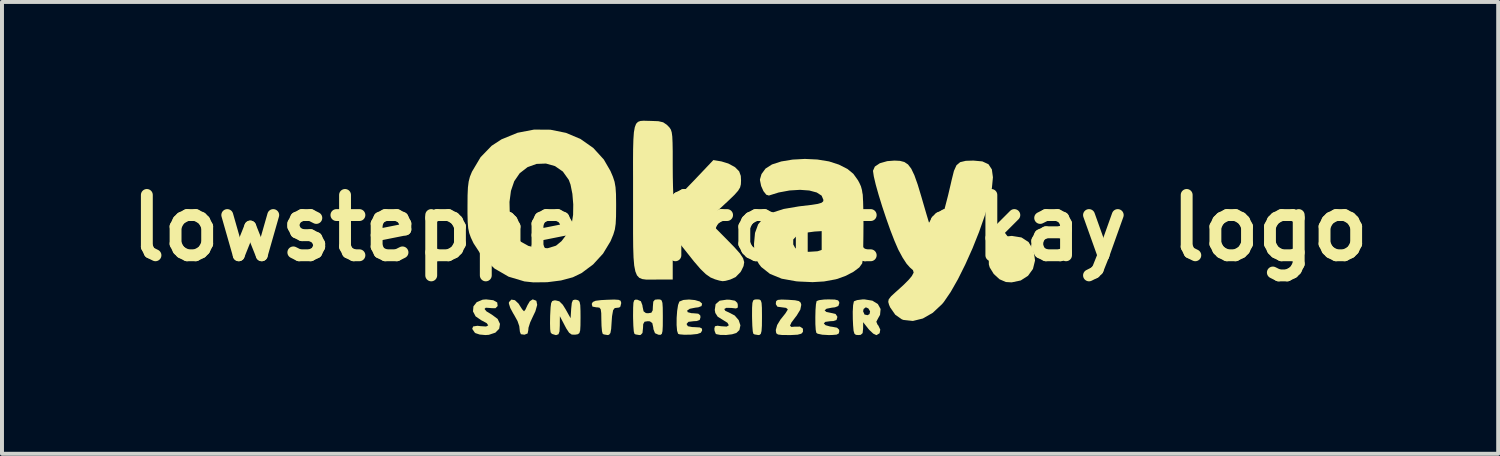
<source format=kicad_pcb>
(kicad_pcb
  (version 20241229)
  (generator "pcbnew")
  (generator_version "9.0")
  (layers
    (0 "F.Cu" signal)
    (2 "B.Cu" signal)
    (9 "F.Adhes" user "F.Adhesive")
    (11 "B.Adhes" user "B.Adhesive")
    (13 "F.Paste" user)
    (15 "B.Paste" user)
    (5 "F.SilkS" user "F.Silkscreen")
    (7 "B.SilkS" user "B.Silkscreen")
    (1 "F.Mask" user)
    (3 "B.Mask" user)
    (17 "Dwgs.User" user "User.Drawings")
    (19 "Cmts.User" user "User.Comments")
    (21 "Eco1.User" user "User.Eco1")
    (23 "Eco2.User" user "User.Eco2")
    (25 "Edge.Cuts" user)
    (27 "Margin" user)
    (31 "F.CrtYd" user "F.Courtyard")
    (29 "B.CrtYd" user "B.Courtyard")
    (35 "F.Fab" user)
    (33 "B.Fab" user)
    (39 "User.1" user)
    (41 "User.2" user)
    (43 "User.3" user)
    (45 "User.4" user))
  (footprint "lowstepper front okay logo"
    (layer "F.Cu")
    (at 15.9 2.71)
    (property "Reference" "lowstepper front okay logo" (at 0 0 0) (layer "F.SilkS") (effects (font (size 1.524 1.524) (thickness 0.3))))
    (attr board_only exclude_from_pos_files exclude_from_bom)
    (fp_poly (pts (xy 6.856 0.239) (xy 7.035 0.354) (xy 7.154 0.549) (xy 7.166 0.583) (xy 7.2 0.821) (xy 7.147 1.035) (xy 7.022 1.208) (xy 6.838 1.326) (xy 6.609 1.374) (xy 6.463 1.365) (xy 6.303 1.296) (xy 6.156 1.161) (xy 6.054 0.995) (xy 6.033 0.921) (xy 6.029 0.673) (xy 6.109 0.463) (xy 6.26 0.305) (xy 6.47 0.215) (xy 6.613 0.2)) (stroke (width 0) (type solid)) (fill yes) (layer "F.SilkS"))
    (fp_poly (pts (xy 0.235 1.807) (xy 0.271 1.831) (xy 0.291 1.894) (xy 0.299 2.015) (xy 0.301 2.215) (xy 0.301 2.254) (xy 0.299 2.47) (xy 0.29 2.603) (xy 0.271 2.675) (xy 0.238 2.702) (xy 0.209 2.705) (xy 0.113 2.689) (xy 0.083 2.672) (xy 0.068 2.61) (xy 0.057 2.473) (xy 0.051 2.287) (xy 0.05 2.221) (xy 0.051 2.017) (xy 0.059 1.894) (xy 0.079 1.83) (xy 0.118 1.807) (xy 0.175 1.804)) (stroke (width 0) (type solid)) (fill yes) (layer "F.SilkS"))
    (fp_poly (pts (xy -5.399 1.839) (xy -5.378 1.943) (xy -5.424 2.106) (xy -5.482 2.227) (xy -5.555 2.384) (xy -5.598 2.519) (xy -5.603 2.581) (xy -5.62 2.665) (xy -5.699 2.696) (xy -5.79 2.684) (xy -5.815 2.621) (xy -5.831 2.479) (xy -5.875 2.351) (xy -5.962 2.194) (xy -5.985 2.157) (xy -6.058 2.021) (xy -6.093 1.911) (xy -6.092 1.874) (xy -6.03 1.809) (xy -5.941 1.824) (xy -5.847 1.913) (xy -5.822 1.954) (xy -5.758 2.054) (xy -5.713 2.103) (xy -5.71 2.104) (xy -5.676 2.063) (xy -5.629 1.962) (xy -5.626 1.954) (xy -5.564 1.85) (xy -5.492 1.804) (xy -5.489 1.804)) (stroke (width 0) (type solid)) (fill yes) (layer "F.SilkS"))
    (fp_poly (pts (xy -3.323 1.815) (xy -3.272 1.837) (xy -3.257 1.882) (xy -3.256 1.902) (xy -3.277 1.987) (xy -3.307 2.01) (xy -3.402 2.021) (xy -3.419 2.023) (xy -3.46 2.077) (xy -3.487 2.23) (xy -3.497 2.367) (xy -3.509 2.55) (xy -3.528 2.653) (xy -3.563 2.698) (xy -3.601 2.705) (xy -3.695 2.689) (xy -3.724 2.672) (xy -3.741 2.608) (xy -3.753 2.474) (xy -3.757 2.321) (xy -3.76 2.149) (xy -3.773 2.054) (xy -3.805 2.013) (xy -3.868 2.004) (xy -3.886 2.004) (xy -3.982 1.986) (xy -3.999 1.922) (xy -3.999 1.916) (xy -3.972 1.869) (xy -3.903 1.839) (xy -3.768 1.822) (xy -3.619 1.814) (xy -3.432 1.808)) (stroke (width 0) (type solid)) (fill yes) (layer "F.SilkS"))
    (fp_poly (pts (xy -6.487 1.825) (xy -6.388 1.881) (xy -6.377 1.969) (xy -6.378 1.973) (xy -6.432 2.027) (xy -6.545 2.025) (xy -6.561 2.022) (xy -6.677 2.014) (xy -6.709 2.046) (xy -6.66 2.106) (xy -6.533 2.184) (xy -6.525 2.188) (xy -6.378 2.297) (xy -6.318 2.423) (xy -6.338 2.545) (xy -6.434 2.644) (xy -6.599 2.699) (xy -6.686 2.705) (xy -6.831 2.692) (xy -6.937 2.657) (xy -6.954 2.645) (xy -7.02 2.548) (xy -6.996 2.488) (xy -6.888 2.471) (xy -6.813 2.48) (xy -6.669 2.489) (xy -6.615 2.461) (xy -6.652 2.406) (xy -6.783 2.335) (xy -6.787 2.334) (xy -6.934 2.233) (xy -7 2.108) (xy -6.989 1.98) (xy -6.905 1.873) (xy -6.755 1.811) (xy -6.668 1.804)) (stroke (width 0) (type solid)) (fill yes) (layer "F.SilkS"))
    (fp_poly (pts (xy -0.511 1.813) (xy -0.381 1.837) (xy -0.322 1.892) (xy -0.31 1.939) (xy -0.31 2.01) (xy -0.355 2.033) (xy -0.471 2.02) (xy -0.473 2.02) (xy -0.598 2.017) (xy -0.652 2.047) (xy -0.624 2.094) (xy -0.539 2.132) (xy -0.388 2.211) (xy -0.287 2.328) (xy -0.244 2.459) (xy -0.269 2.579) (xy -0.347 2.653) (xy -0.455 2.686) (xy -0.602 2.703) (xy -0.748 2.702) (xy -0.85 2.683) (xy -0.868 2.672) (xy -0.897 2.598) (xy -0.902 2.544) (xy -0.887 2.483) (xy -0.823 2.469) (xy -0.732 2.482) (xy -0.59 2.491) (xy -0.536 2.458) (xy -0.571 2.395) (xy -0.689 2.321) (xy -0.818 2.241) (xy -0.878 2.147) (xy -0.892 2.07) (xy -0.87 1.924) (xy -0.768 1.837) (xy -0.586 1.81)) (stroke (width 0) (type solid)) (fill yes) (layer "F.SilkS"))
    (fp_poly (pts (xy 0.964 1.814) (xy 1.137 1.826) (xy 1.234 1.847) (xy 1.279 1.886) (xy 1.294 1.941) (xy 1.269 2.063) (xy 1.176 2.216) (xy 1.156 2.241) (xy 1.047 2.385) (xy 1.009 2.468) (xy 1.043 2.5) (xy 1.124 2.493) (xy 1.261 2.492) (xy 1.336 2.543) (xy 1.336 2.625) (xy 1.295 2.671) (xy 1.2 2.696) (xy 1.03 2.705) (xy 0.978 2.705) (xy 0.803 2.703) (xy 0.705 2.691) (xy 0.662 2.66) (xy 0.652 2.601) (xy 0.651 2.574) (xy 0.685 2.451) (xy 0.772 2.308) (xy 0.802 2.272) (xy 0.892 2.159) (xy 0.946 2.073) (xy 0.952 2.052) (xy 0.908 2.018) (xy 0.803 2.004) (xy 0.802 2.004) (xy 0.692 1.989) (xy 0.653 1.93) (xy 0.651 1.901) (xy 0.66 1.846) (xy 0.702 1.817) (xy 0.798 1.808)) (stroke (width 0) (type solid)) (fill yes) (layer "F.SilkS"))
    (fp_poly (pts (xy -4.393 1.813) (xy -4.34 1.827) (xy -4.307 1.865) (xy -4.29 1.948) (xy -4.284 2.095) (xy -4.283 2.254) (xy -4.285 2.461) (xy -4.292 2.587) (xy -4.312 2.655) (xy -4.351 2.684) (xy -4.415 2.695) (xy -4.419 2.696) (xy -4.505 2.693) (xy -4.572 2.646) (xy -4.645 2.535) (xy -4.679 2.47) (xy -4.805 2.229) (xy -4.807 2.467) (xy -4.814 2.613) (xy -4.84 2.684) (xy -4.895 2.705) (xy -4.911 2.705) (xy -5.006 2.676) (xy -5.039 2.638) (xy -5.05 2.557) (xy -5.054 2.407) (xy -5.051 2.219) (xy -5.05 2.2) (xy -5.04 2.01) (xy -5.026 1.899) (xy -4.998 1.846) (xy -4.949 1.83) (xy -4.911 1.829) (xy -4.818 1.853) (xy -4.732 1.939) (xy -4.66 2.054) (xy -4.534 2.279) (xy -4.519 2.038) (xy -4.504 1.894) (xy -4.477 1.825) (xy -4.424 1.81)) (stroke (width 0) (type solid)) (fill yes) (layer "F.SilkS"))
    (fp_poly (pts (xy 2.14 1.808) (xy 2.223 1.828) (xy 2.252 1.87) (xy 2.254 1.901) (xy 2.231 1.969) (xy 2.146 2.004) (xy 2.067 2.013) (xy 1.931 2.04) (xy 1.884 2.081) (xy 1.927 2.121) (xy 2.042 2.145) (xy 2.16 2.173) (xy 2.203 2.236) (xy 2.204 2.258) (xy 2.184 2.324) (xy 2.106 2.351) (xy 2.025 2.355) (xy 1.901 2.372) (xy 1.863 2.411) (xy 1.907 2.456) (xy 2.026 2.49) (xy 2.07 2.495) (xy 2.197 2.519) (xy 2.249 2.569) (xy 2.254 2.608) (xy 2.241 2.665) (xy 2.187 2.694) (xy 2.067 2.704) (xy 1.982 2.705) (xy 1.824 2.696) (xy 1.71 2.672) (xy 1.675 2.65) (xy 1.659 2.574) (xy 1.65 2.431) (xy 1.649 2.254) (xy 1.653 2.076) (xy 1.664 1.93) (xy 1.681 1.849) (xy 1.682 1.847) (xy 1.744 1.823) (xy 1.872 1.807) (xy 1.982 1.804)) (stroke (width 0) (type solid)) (fill yes) (layer "F.SilkS"))
    (fp_poly (pts (xy -1.393 1.821) (xy -1.272 1.857) (xy -1.213 1.91) (xy -1.212 1.913) (xy -1.226 1.973) (xy -1.308 2.004) (xy -1.383 2.013) (xy -1.523 2.041) (xy -1.589 2.085) (xy -1.576 2.127) (xy -1.478 2.153) (xy -1.432 2.154) (xy -1.309 2.165) (xy -1.259 2.207) (xy -1.252 2.254) (xy -1.272 2.323) (xy -1.349 2.351) (xy -1.428 2.355) (xy -1.557 2.371) (xy -1.603 2.423) (xy -1.603 2.43) (xy -1.571 2.482) (xy -1.462 2.503) (xy -1.399 2.505) (xy -1.268 2.513) (xy -1.214 2.543) (xy -1.212 2.593) (xy -1.245 2.647) (xy -1.333 2.678) (xy -1.498 2.695) (xy -1.505 2.695) (xy -1.664 2.697) (xy -1.78 2.687) (xy -1.818 2.674) (xy -1.844 2.596) (xy -1.856 2.452) (xy -1.855 2.273) (xy -1.842 2.094) (xy -1.819 1.946) (xy -1.787 1.861) (xy -1.782 1.857) (xy -1.684 1.818) (xy -1.542 1.807)) (stroke (width 0) (type solid)) (fill yes) (layer "F.SilkS"))
    (fp_poly (pts (xy 3.09 1.836) (xy 3.229 1.922) (xy 3.298 2.047) (xy 3.284 2.195) (xy 3.235 2.282) (xy 3.19 2.368) (xy 3.219 2.439) (xy 3.241 2.465) (xy 3.29 2.567) (xy 3.273 2.659) (xy 3.198 2.705) (xy 3.186 2.705) (xy 3.112 2.669) (xy 3.014 2.577) (xy 2.985 2.543) (xy 2.857 2.38) (xy 2.856 2.543) (xy 2.844 2.656) (xy 2.795 2.7) (xy 2.734 2.705) (xy 2.674 2.7) (xy 2.637 2.671) (xy 2.615 2.597) (xy 2.603 2.458) (xy 2.596 2.302) (xy 2.594 2.107) (xy 2.595 2.104) (xy 2.856 2.104) (xy 2.892 2.187) (xy 2.97 2.203) (xy 3.019 2.174) (xy 3.032 2.105) (xy 2.988 2.032) (xy 2.925 2.004) (xy 2.869 2.046) (xy 2.856 2.104) (xy 2.595 2.104) (xy 2.603 1.951) (xy 2.622 1.86) (xy 2.628 1.851) (xy 2.704 1.822) (xy 2.838 1.805) (xy 2.891 1.804)) (stroke (width 0) (type solid)) (fill yes) (layer "F.SilkS"))
    (fp_poly (pts (xy -2.27 1.807) (xy -2.234 1.831) (xy -2.214 1.893) (xy -2.206 2.014) (xy -2.204 2.212) (xy -2.204 2.258) (xy -2.205 2.472) (xy -2.212 2.605) (xy -2.229 2.674) (xy -2.26 2.699) (xy -2.312 2.697) (xy -2.317 2.696) (xy -2.402 2.658) (xy -2.441 2.557) (xy -2.445 2.517) (xy -2.47 2.403) (xy -2.529 2.359) (xy -2.583 2.355) (xy -2.666 2.368) (xy -2.7 2.429) (xy -2.705 2.53) (xy -2.718 2.652) (xy -2.763 2.701) (xy -2.797 2.705) (xy -2.892 2.689) (xy -2.922 2.672) (xy -2.938 2.61) (xy -2.949 2.473) (xy -2.955 2.287) (xy -2.956 2.218) (xy -2.954 2.013) (xy -2.947 1.889) (xy -2.928 1.828) (xy -2.892 1.809) (xy -2.843 1.813) (xy -2.758 1.851) (xy -2.72 1.952) (xy -2.715 1.991) (xy -2.69 2.106) (xy -2.631 2.15) (xy -2.577 2.154) (xy -2.494 2.141) (xy -2.46 2.08) (xy -2.455 1.979) (xy -2.445 1.86) (xy -2.403 1.812) (xy -2.33 1.804)) (stroke (width 0) (type solid)) (fill yes) (layer "F.SilkS"))
    (fp_poly (pts (xy 5.869 -1.682) (xy 6.023 -1.611) (xy 6.109 -1.48) (xy 6.136 -1.281) (xy 6.11 -1.01) (xy 6.04 -0.684) (xy 5.929 -0.308) (xy 5.786 0.099) (xy 5.62 0.515) (xy 5.438 0.921) (xy 5.251 1.296) (xy 5.067 1.619) (xy 4.895 1.87) (xy 4.851 1.923) (xy 4.616 2.143) (xy 4.365 2.287) (xy 4.113 2.349) (xy 3.875 2.323) (xy 3.833 2.307) (xy 3.669 2.192) (xy 3.54 2.007) (xy 3.512 1.943) (xy 3.491 1.867) (xy 3.503 1.802) (xy 3.563 1.725) (xy 3.683 1.615) (xy 3.735 1.569) (xy 3.884 1.433) (xy 4.011 1.305) (xy 4.087 1.214) (xy 4.133 1.127) (xy 4.116 1.066) (xy 4.037 0.996) (xy 3.954 0.902) (xy 3.853 0.747) (xy 3.753 0.562) (xy 3.74 0.536) (xy 3.646 0.318) (xy 3.543 0.052) (xy 3.439 -0.242) (xy 3.338 -0.545) (xy 3.248 -0.837) (xy 3.175 -1.096) (xy 3.126 -1.304) (xy 3.106 -1.441) (xy 3.106 -1.447) (xy 3.153 -1.552) (xy 3.279 -1.636) (xy 3.466 -1.689) (xy 3.648 -1.703) (xy 3.787 -1.696) (xy 3.898 -1.667) (xy 3.991 -1.605) (xy 4.073 -1.497) (xy 4.152 -1.331) (xy 4.235 -1.098) (xy 4.33 -0.783) (xy 4.378 -0.617) (xy 4.459 -0.34) (xy 4.532 -0.097) (xy 4.594 0.096) (xy 4.638 0.223) (xy 4.657 0.266) (xy 4.684 0.238) (xy 4.73 0.127) (xy 4.789 -0.05) (xy 4.857 -0.277) (xy 4.929 -0.54) (xy 5.002 -0.821) (xy 5.069 -1.106) (xy 5.095 -1.22) (xy 5.151 -1.443) (xy 5.215 -1.585) (xy 5.308 -1.663) (xy 5.451 -1.697) (xy 5.643 -1.703)) (stroke (width 0) (type solid)) (fill yes) (layer "F.SilkS"))
    (fp_poly (pts (xy -5.044 -2.483) (xy -4.649 -2.403) (xy -4.283 -2.248) (xy -3.961 -2.022) (xy -3.695 -1.73) (xy -3.528 -1.442) (xy -3.465 -1.295) (xy -3.423 -1.167) (xy -3.399 -1.03) (xy -3.387 -0.856) (xy -3.384 -0.616) (xy -3.384 -0.551) (xy -3.386 -0.293) (xy -3.395 -0.106) (xy -3.416 0.037) (xy -3.454 0.164) (xy -3.512 0.304) (xy -3.528 0.34) (xy -3.714 0.647) (xy -3.965 0.921) (xy -4.256 1.138) (xy -4.476 1.245) (xy -4.777 1.326) (xy -5.125 1.37) (xy -5.475 1.374) (xy -5.7 1.35) (xy -6.101 1.23) (xy -6.456 1.025) (xy -6.754 0.741) (xy -6.985 0.388) (xy -6.994 0.37) (xy -7.055 0.24) (xy -7.096 0.126) (xy -7.121 0.004) (xy -7.134 -0.152) (xy -7.139 -0.367) (xy -7.139 -0.551) (xy -7.138 -0.658) (xy -6.078 -0.658) (xy -6.071 -0.365) (xy -6.023 -0.087) (xy -5.938 0.152) (xy -5.816 0.325) (xy -5.795 0.344) (xy -5.597 0.454) (xy -5.355 0.511) (xy -5.11 0.51) (xy -4.903 0.447) (xy -4.764 0.333) (xy -4.631 0.159) (xy -4.53 -0.038) (xy -4.505 -0.114) (xy -4.471 -0.332) (xy -4.467 -0.595) (xy -4.489 -0.862) (xy -4.536 -1.096) (xy -4.579 -1.214) (xy -4.73 -1.426) (xy -4.929 -1.564) (xy -5.157 -1.628) (xy -5.394 -1.619) (xy -5.622 -1.537) (xy -5.82 -1.383) (xy -5.958 -1.182) (xy -6.041 -0.938) (xy -6.078 -0.658) (xy -7.138 -0.658) (xy -7.137 -0.826) (xy -7.128 -1.026) (xy -7.109 -1.174) (xy -7.078 -1.295) (xy -7.03 -1.413) (xy -7.025 -1.424) (xy -6.808 -1.789) (xy -6.529 -2.077) (xy -6.279 -2.24) (xy -5.873 -2.406) (xy -5.457 -2.486)) (stroke (width 0) (type solid)) (fill yes) (layer "F.SilkS"))
    (fp_poly (pts (xy 1.7 -1.73) (xy 1.995 -1.682) (xy 2.245 -1.601) (xy 2.461 -1.491) (xy 2.61 -1.368) (xy 2.726 -1.206) (xy 2.764 -1.135) (xy 2.801 -1.053) (xy 2.827 -0.959) (xy 2.845 -0.836) (xy 2.856 -0.668) (xy 2.862 -0.436) (xy 2.865 -0.123) (xy 2.865 -0.078) (xy 2.863 0.214) (xy 2.859 0.476) (xy 2.851 0.691) (xy 2.841 0.839) (xy 2.833 0.894) (xy 2.759 0.997) (xy 2.613 1.106) (xy 2.421 1.207) (xy 2.209 1.285) (xy 2.154 1.299) (xy 1.868 1.351) (xy 1.579 1.368) (xy 1.243 1.353) (xy 1.166 1.347) (xy 0.799 1.281) (xy 0.502 1.159) (xy 0.282 0.985) (xy 0.224 0.91) (xy 0.151 0.781) (xy 0.113 0.643) (xy 0.101 0.455) (xy 0.1 0.397) (xy 0.11 0.291) (xy 1.091 0.291) (xy 1.091 0.415) (xy 1.136 0.498) (xy 1.198 0.559) (xy 1.295 0.591) (xy 1.456 0.601) (xy 1.5 0.601) (xy 1.705 0.588) (xy 1.828 0.549) (xy 1.849 0.532) (xy 1.883 0.439) (xy 1.893 0.299) (xy 1.891 0.269) (xy 1.876 0.075) (xy 1.627 0.09) (xy 1.362 0.126) (xy 1.182 0.194) (xy 1.091 0.291) (xy 0.11 0.291) (xy 0.125 0.125) (xy 0.204 -0.092) (xy 0.346 -0.261) (xy 0.559 -0.388) (xy 0.852 -0.481) (xy 1.234 -0.546) (xy 1.315 -0.556) (xy 1.555 -0.584) (xy 1.712 -0.609) (xy 1.803 -0.636) (xy 1.845 -0.669) (xy 1.854 -0.707) (xy 1.808 -0.817) (xy 1.684 -0.897) (xy 1.496 -0.947) (xy 1.262 -0.964) (xy 0.999 -0.948) (xy 0.723 -0.897) (xy 0.476 -0.82) (xy 0.409 -0.841) (xy 0.338 -0.931) (xy 0.28 -1.061) (xy 0.251 -1.202) (xy 0.25 -1.229) (xy 0.289 -1.362) (xy 0.389 -1.499) (xy 0.391 -1.501) (xy 0.553 -1.605) (xy 0.788 -1.681) (xy 1.073 -1.728) (xy 1.385 -1.745)) (stroke (width 0) (type solid)) (fill yes) (layer "F.SilkS"))
    (fp_poly (pts (xy -2.59 -2.707) (xy -2.499 -2.705) (xy -2.316 -2.698) (xy -2.196 -2.67) (xy -2.105 -2.609) (xy -2.077 -2.582) (xy -2.033 -2.535) (xy -2.001 -2.485) (xy -1.979 -2.415) (xy -1.965 -2.311) (xy -1.958 -2.156) (xy -1.954 -1.935) (xy -1.954 -1.632) (xy -1.954 -1.58) (xy -1.952 -1.296) (xy -1.947 -1.05) (xy -1.94 -0.859) (xy -1.931 -0.737) (xy -1.922 -0.701) (xy -1.878 -0.736) (xy -1.779 -0.83) (xy -1.637 -0.972) (xy -1.468 -1.147) (xy -1.408 -1.209) (xy -0.927 -1.716) (xy -0.724 -1.682) (xy -0.55 -1.629) (xy -0.392 -1.544) (xy -0.374 -1.531) (xy -0.276 -1.432) (xy -0.234 -1.316) (xy -0.228 -1.2) (xy -0.232 -1.104) (xy -0.252 -1.024) (xy -0.302 -0.941) (xy -0.393 -0.838) (xy -0.539 -0.697) (xy -0.651 -0.593) (xy -1.074 -0.2) (xy -0.6 0.277) (xy -0.396 0.486) (xy -0.257 0.642) (xy -0.177 0.763) (xy -0.148 0.863) (xy -0.164 0.961) (xy -0.217 1.072) (xy -0.242 1.115) (xy -0.366 1.241) (xy -0.5 1.303) (xy -0.618 1.335) (xy -0.694 1.344) (xy -0.776 1.329) (xy -0.886 1.297) (xy -0.999 1.25) (xy -1.117 1.167) (xy -1.253 1.036) (xy -1.419 0.843) (xy -1.603 0.611) (xy -1.729 0.453) (xy -1.834 0.33) (xy -1.902 0.261) (xy -1.916 0.252) (xy -1.932 0.298) (xy -1.944 0.424) (xy -1.952 0.608) (xy -1.954 0.777) (xy -1.954 1.303) (xy -2.355 1.303) (xy -2.503 1.304) (xy -2.624 1.304) (xy -2.722 1.291) (xy -2.799 1.259) (xy -2.857 1.197) (xy -2.898 1.097) (xy -2.927 0.95) (xy -2.944 0.747) (xy -2.953 0.479) (xy -2.956 0.137) (xy -2.956 -0.288) (xy -2.956 -0.771) (xy -2.956 -1.264) (xy -2.957 -1.666) (xy -2.955 -1.986) (xy -2.948 -2.233) (xy -2.935 -2.417) (xy -2.912 -2.547) (xy -2.879 -2.632) (xy -2.832 -2.681) (xy -2.77 -2.704) (xy -2.69 -2.71)) (stroke (width 0) (type solid)) (fill yes) (layer "F.SilkS")))
  (gr_rect
    (start -3 -3)
    (end 34.801 8.415)
    (stroke (width 0.1) (type default))
    (fill no)
    (layer "Edge.Cuts")))
</source>
